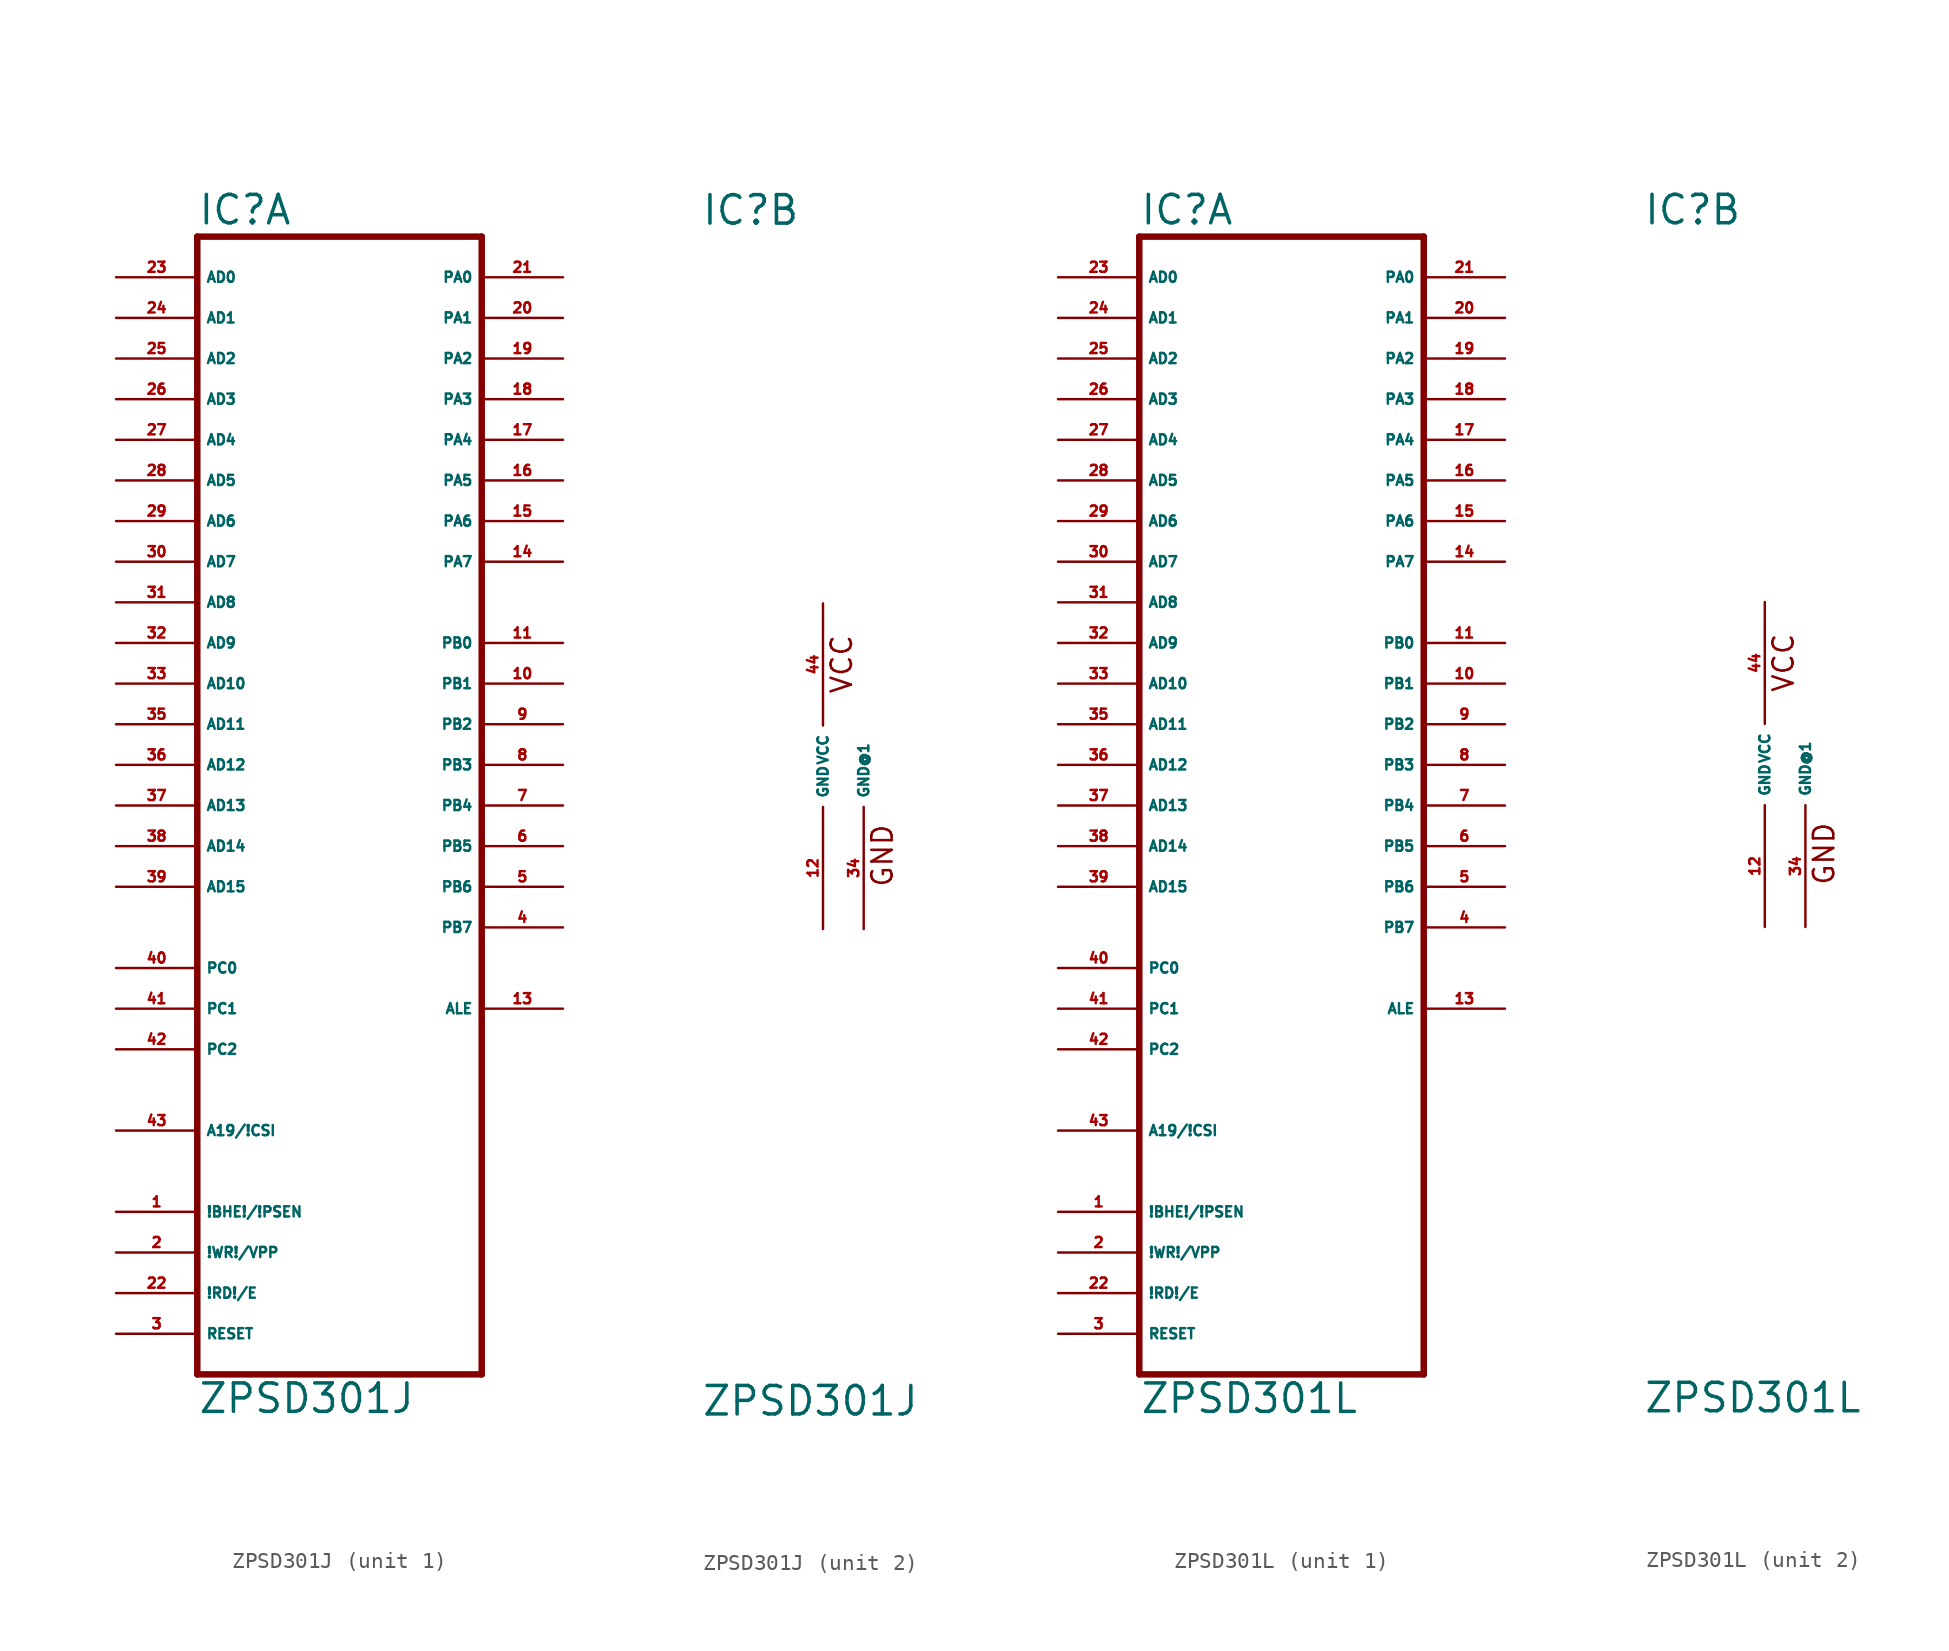
<source format=kicad_sym>
(kicad_symbol_lib
  (version 20220914)
  (generator Eagle2Kicad)
  (symbol "ZPSD301J"
    (property "Reference" "IC"
      (at -7.62 33.655 0)
      (effects (font (size 1.778 1.778) (thickness 0.22)) (justify left bottom)))
    (property "Value" "ZPSD301J"
      (at -7.62 -40.64 0)
      (effects (font (size 1.778 1.778) (thickness 0.22)) (justify left bottom)))
    (symbol "ZPSD301J_1_0"
      (polyline (pts (xy -7.62 -38.1) (xy 10.16 -38.1)) (stroke (width 0.406) (type default)) (fill (type none)))
      (polyline (pts (xy 10.16 -38.1) (xy 10.16 33.02)) (stroke (width 0.406) (type default)) (fill (type none)))
      (polyline (pts (xy 10.16 33.02) (xy -7.62 33.02)) (stroke (width 0.406) (type default)) (fill (type none)))
      (polyline (pts (xy -7.62 33.02) (xy -7.62 -38.1)) (stroke (width 0.406) (type default)) (fill (type none)))
      (pin input line (at -12.7 30.48 0) (length 5.08) (name "AD0" (effects (font (size 0.635 0.635) (thickness 0.08)) (justify left bottom))) (number "23" (effects (font (size 0.635 0.635) (thickness 0.08)) (justify left bottom))))
      (pin input line (at -12.7 27.94 0) (length 5.08) (name "AD1" (effects (font (size 0.635 0.635) (thickness 0.08)) (justify left bottom))) (number "24" (effects (font (size 0.635 0.635) (thickness 0.08)) (justify left bottom))))
      (pin input line (at -12.7 25.4 0) (length 5.08) (name "AD2" (effects (font (size 0.635 0.635) (thickness 0.08)) (justify left bottom))) (number "25" (effects (font (size 0.635 0.635) (thickness 0.08)) (justify left bottom))))
      (pin input line (at -12.7 22.86 0) (length 5.08) (name "AD3" (effects (font (size 0.635 0.635) (thickness 0.08)) (justify left bottom))) (number "26" (effects (font (size 0.635 0.635) (thickness 0.08)) (justify left bottom))))
      (pin input line (at -12.7 20.32 0) (length 5.08) (name "AD4" (effects (font (size 0.635 0.635) (thickness 0.08)) (justify left bottom))) (number "27" (effects (font (size 0.635 0.635) (thickness 0.08)) (justify left bottom))))
      (pin input line (at -12.7 17.78 0) (length 5.08) (name "AD5" (effects (font (size 0.635 0.635) (thickness 0.08)) (justify left bottom))) (number "28" (effects (font (size 0.635 0.635) (thickness 0.08)) (justify left bottom))))
      (pin input line (at -12.7 15.24 0) (length 5.08) (name "AD6" (effects (font (size 0.635 0.635) (thickness 0.08)) (justify left bottom))) (number "29" (effects (font (size 0.635 0.635) (thickness 0.08)) (justify left bottom))))
      (pin input line (at -12.7 12.7 0) (length 5.08) (name "AD7" (effects (font (size 0.635 0.635) (thickness 0.08)) (justify left bottom))) (number "30" (effects (font (size 0.635 0.635) (thickness 0.08)) (justify left bottom))))
      (pin input line (at -12.7 10.16 0) (length 5.08) (name "AD8" (effects (font (size 0.635 0.635) (thickness 0.08)) (justify left bottom))) (number "31" (effects (font (size 0.635 0.635) (thickness 0.08)) (justify left bottom))))
      (pin input line (at -12.7 7.62 0) (length 5.08) (name "AD9" (effects (font (size 0.635 0.635) (thickness 0.08)) (justify left bottom))) (number "32" (effects (font (size 0.635 0.635) (thickness 0.08)) (justify left bottom))))
      (pin input line (at -12.7 5.08 0) (length 5.08) (name "AD10" (effects (font (size 0.635 0.635) (thickness 0.08)) (justify left bottom))) (number "33" (effects (font (size 0.635 0.635) (thickness 0.08)) (justify left bottom))))
      (pin input line (at -12.7 2.54 0) (length 5.08) (name "AD11" (effects (font (size 0.635 0.635) (thickness 0.08)) (justify left bottom))) (number "35" (effects (font (size 0.635 0.635) (thickness 0.08)) (justify left bottom))))
      (pin input line (at -12.7 0 0) (length 5.08) (name "AD12" (effects (font (size 0.635 0.635) (thickness 0.08)) (justify left bottom))) (number "36" (effects (font (size 0.635 0.635) (thickness 0.08)) (justify left bottom))))
      (pin input line (at -12.7 -2.54 0) (length 5.08) (name "AD13" (effects (font (size 0.635 0.635) (thickness 0.08)) (justify left bottom))) (number "37" (effects (font (size 0.635 0.635) (thickness 0.08)) (justify left bottom))))
      (pin input line (at -12.7 -5.08 0) (length 5.08) (name "AD14" (effects (font (size 0.635 0.635) (thickness 0.08)) (justify left bottom))) (number "38" (effects (font (size 0.635 0.635) (thickness 0.08)) (justify left bottom))))
      (pin input line (at -12.7 -7.62 0) (length 5.08) (name "AD15" (effects (font (size 0.635 0.635) (thickness 0.08)) (justify left bottom))) (number "39" (effects (font (size 0.635 0.635) (thickness 0.08)) (justify left bottom))))
      (pin input line (at -12.7 -12.7 0) (length 5.08) (name "PC0" (effects (font (size 0.635 0.635) (thickness 0.08)) (justify left bottom))) (number "40" (effects (font (size 0.635 0.635) (thickness 0.08)) (justify left bottom))))
      (pin input line (at -12.7 -15.24 0) (length 5.08) (name "PC1" (effects (font (size 0.635 0.635) (thickness 0.08)) (justify left bottom))) (number "41" (effects (font (size 0.635 0.635) (thickness 0.08)) (justify left bottom))))
      (pin input line (at -12.7 -17.78 0) (length 5.08) (name "PC2" (effects (font (size 0.635 0.635) (thickness 0.08)) (justify left bottom))) (number "42" (effects (font (size 0.635 0.635) (thickness 0.08)) (justify left bottom))))
      (pin input line (at -12.7 -22.86 0) (length 5.08) (name "A19/!CSI" (effects (font (size 0.635 0.635) (thickness 0.08)) (justify left bottom))) (number "43" (effects (font (size 0.635 0.635) (thickness 0.08)) (justify left bottom))))
      (pin bidirectional line (at 15.24 30.48 180) (length 5.08) (name "PA0" (effects (font (size 0.635 0.635) (thickness 0.08)) (justify left bottom))) (number "21" (effects (font (size 0.635 0.635) (thickness 0.08)) (justify left bottom))))
      (pin bidirectional line (at 15.24 27.94 180) (length 5.08) (name "PA1" (effects (font (size 0.635 0.635) (thickness 0.08)) (justify left bottom))) (number "20" (effects (font (size 0.635 0.635) (thickness 0.08)) (justify left bottom))))
      (pin bidirectional line (at 15.24 25.4 180) (length 5.08) (name "PA2" (effects (font (size 0.635 0.635) (thickness 0.08)) (justify left bottom))) (number "19" (effects (font (size 0.635 0.635) (thickness 0.08)) (justify left bottom))))
      (pin bidirectional line (at 15.24 22.86 180) (length 5.08) (name "PA3" (effects (font (size 0.635 0.635) (thickness 0.08)) (justify left bottom))) (number "18" (effects (font (size 0.635 0.635) (thickness 0.08)) (justify left bottom))))
      (pin bidirectional line (at 15.24 20.32 180) (length 5.08) (name "PA4" (effects (font (size 0.635 0.635) (thickness 0.08)) (justify left bottom))) (number "17" (effects (font (size 0.635 0.635) (thickness 0.08)) (justify left bottom))))
      (pin bidirectional line (at 15.24 17.78 180) (length 5.08) (name "PA5" (effects (font (size 0.635 0.635) (thickness 0.08)) (justify left bottom))) (number "16" (effects (font (size 0.635 0.635) (thickness 0.08)) (justify left bottom))))
      (pin bidirectional line (at 15.24 15.24 180) (length 5.08) (name "PA6" (effects (font (size 0.635 0.635) (thickness 0.08)) (justify left bottom))) (number "15" (effects (font (size 0.635 0.635) (thickness 0.08)) (justify left bottom))))
      (pin bidirectional line (at 15.24 12.7 180) (length 5.08) (name "PA7" (effects (font (size 0.635 0.635) (thickness 0.08)) (justify left bottom))) (number "14" (effects (font (size 0.635 0.635) (thickness 0.08)) (justify left bottom))))
      (pin output line (at 15.24 7.62 180) (length 5.08) (name "PB0" (effects (font (size 0.635 0.635) (thickness 0.08)) (justify left bottom))) (number "11" (effects (font (size 0.635 0.635) (thickness 0.08)) (justify left bottom))))
      (pin output line (at 15.24 5.08 180) (length 5.08) (name "PB1" (effects (font (size 0.635 0.635) (thickness 0.08)) (justify left bottom))) (number "10" (effects (font (size 0.635 0.635) (thickness 0.08)) (justify left bottom))))
      (pin output line (at 15.24 2.54 180) (length 5.08) (name "PB2" (effects (font (size 0.635 0.635) (thickness 0.08)) (justify left bottom))) (number "9" (effects (font (size 0.635 0.635) (thickness 0.08)) (justify left bottom))))
      (pin output line (at 15.24 0 180) (length 5.08) (name "PB3" (effects (font (size 0.635 0.635) (thickness 0.08)) (justify left bottom))) (number "8" (effects (font (size 0.635 0.635) (thickness 0.08)) (justify left bottom))))
      (pin output line (at 15.24 -2.54 180) (length 5.08) (name "PB4" (effects (font (size 0.635 0.635) (thickness 0.08)) (justify left bottom))) (number "7" (effects (font (size 0.635 0.635) (thickness 0.08)) (justify left bottom))))
      (pin output line (at 15.24 -5.08 180) (length 5.08) (name "PB5" (effects (font (size 0.635 0.635) (thickness 0.08)) (justify left bottom))) (number "6" (effects (font (size 0.635 0.635) (thickness 0.08)) (justify left bottom))))
      (pin output line (at 15.24 -7.62 180) (length 5.08) (name "PB6" (effects (font (size 0.635 0.635) (thickness 0.08)) (justify left bottom))) (number "5" (effects (font (size 0.635 0.635) (thickness 0.08)) (justify left bottom))))
      (pin output line (at 15.24 -10.16 180) (length 5.08) (name "PB7" (effects (font (size 0.635 0.635) (thickness 0.08)) (justify left bottom))) (number "4" (effects (font (size 0.635 0.635) (thickness 0.08)) (justify left bottom))))
      (pin output line (at 15.24 -15.24 180) (length 5.08) (name "ALE" (effects (font (size 0.635 0.635) (thickness 0.08)) (justify left bottom))) (number "13" (effects (font (size 0.635 0.635) (thickness 0.08)) (justify left bottom))))
      (pin input line (at -12.7 -27.94 0) (length 5.08) (name "!BHE!/!PSEN" (effects (font (size 0.635 0.635) (thickness 0.08)) (justify left bottom))) (number "1" (effects (font (size 0.635 0.635) (thickness 0.08)) (justify left bottom))))
      (pin input line (at -12.7 -30.48 0) (length 5.08) (name "!WR!/VPP" (effects (font (size 0.635 0.635) (thickness 0.08)) (justify left bottom))) (number "2" (effects (font (size 0.635 0.635) (thickness 0.08)) (justify left bottom))))
      (pin input line (at -12.7 -33.02 0) (length 5.08) (name "!RD!/E" (effects (font (size 0.635 0.635) (thickness 0.08)) (justify left bottom))) (number "22" (effects (font (size 0.635 0.635) (thickness 0.08)) (justify left bottom))))
      (pin input line (at -12.7 -35.56 0) (length 5.08) (name "RESET" (effects (font (size 0.635 0.635) (thickness 0.08)) (justify left bottom))) (number "3" (effects (font (size 0.635 0.635) (thickness 0.08)) (justify left bottom)))))
    (symbol "ZPSD301J_2_0"
      (text "VCC" (at 1.905 4.445 900) (effects (font (size 1.27 1.27) (thickness 0.16)) (justify left bottom)))
      (text "GND" (at 4.445 -7.62 900) (effects (font (size 1.27 1.27) (thickness 0.16)) (justify left bottom)))
      (pin unspecified line (at 0 10.16 270) (length 7.62) (name "VCC" (effects (font (size 0.635 0.635) (thickness 0.08)) (justify left bottom))) (number "44" (effects (font (size 0.635 0.635) (thickness 0.08)) (justify left bottom))))
      (pin unspecified line (at 0 -10.16 90) (length 7.62) (name "GND" (effects (font (size 0.635 0.635) (thickness 0.08)) (justify left bottom))) (number "12" (effects (font (size 0.635 0.635) (thickness 0.08)) (justify left bottom))))
      (pin unspecified line (at 2.54 -10.16 90) (length 7.62) (name "GND@1" (effects (font (size 0.635 0.635) (thickness 0.08)) (justify left bottom))) (number "34" (effects (font (size 0.635 0.635) (thickness 0.08)) (justify left bottom))))))
  (symbol "ZPSD301L"
    (property "Reference" "IC"
      (at -7.62 33.655 0)
      (effects (font (size 1.778 1.778) (thickness 0.22)) (justify left bottom)))
    (property "Value" "ZPSD301L"
      (at -7.62 -40.64 0)
      (effects (font (size 1.778 1.778) (thickness 0.22)) (justify left bottom)))
    (symbol "ZPSD301L_1_0"
      (polyline (pts (xy -7.62 -38.1) (xy 10.16 -38.1)) (stroke (width 0.406) (type default)) (fill (type none)))
      (polyline (pts (xy 10.16 -38.1) (xy 10.16 33.02)) (stroke (width 0.406) (type default)) (fill (type none)))
      (polyline (pts (xy 10.16 33.02) (xy -7.62 33.02)) (stroke (width 0.406) (type default)) (fill (type none)))
      (polyline (pts (xy -7.62 33.02) (xy -7.62 -38.1)) (stroke (width 0.406) (type default)) (fill (type none)))
      (pin input line (at -12.7 30.48 0) (length 5.08) (name "AD0" (effects (font (size 0.635 0.635) (thickness 0.08)) (justify left bottom))) (number "23" (effects (font (size 0.635 0.635) (thickness 0.08)) (justify left bottom))))
      (pin input line (at -12.7 27.94 0) (length 5.08) (name "AD1" (effects (font (size 0.635 0.635) (thickness 0.08)) (justify left bottom))) (number "24" (effects (font (size 0.635 0.635) (thickness 0.08)) (justify left bottom))))
      (pin input line (at -12.7 25.4 0) (length 5.08) (name "AD2" (effects (font (size 0.635 0.635) (thickness 0.08)) (justify left bottom))) (number "25" (effects (font (size 0.635 0.635) (thickness 0.08)) (justify left bottom))))
      (pin input line (at -12.7 22.86 0) (length 5.08) (name "AD3" (effects (font (size 0.635 0.635) (thickness 0.08)) (justify left bottom))) (number "26" (effects (font (size 0.635 0.635) (thickness 0.08)) (justify left bottom))))
      (pin input line (at -12.7 20.32 0) (length 5.08) (name "AD4" (effects (font (size 0.635 0.635) (thickness 0.08)) (justify left bottom))) (number "27" (effects (font (size 0.635 0.635) (thickness 0.08)) (justify left bottom))))
      (pin input line (at -12.7 17.78 0) (length 5.08) (name "AD5" (effects (font (size 0.635 0.635) (thickness 0.08)) (justify left bottom))) (number "28" (effects (font (size 0.635 0.635) (thickness 0.08)) (justify left bottom))))
      (pin input line (at -12.7 15.24 0) (length 5.08) (name "AD6" (effects (font (size 0.635 0.635) (thickness 0.08)) (justify left bottom))) (number "29" (effects (font (size 0.635 0.635) (thickness 0.08)) (justify left bottom))))
      (pin input line (at -12.7 12.7 0) (length 5.08) (name "AD7" (effects (font (size 0.635 0.635) (thickness 0.08)) (justify left bottom))) (number "30" (effects (font (size 0.635 0.635) (thickness 0.08)) (justify left bottom))))
      (pin input line (at -12.7 10.16 0) (length 5.08) (name "AD8" (effects (font (size 0.635 0.635) (thickness 0.08)) (justify left bottom))) (number "31" (effects (font (size 0.635 0.635) (thickness 0.08)) (justify left bottom))))
      (pin input line (at -12.7 7.62 0) (length 5.08) (name "AD9" (effects (font (size 0.635 0.635) (thickness 0.08)) (justify left bottom))) (number "32" (effects (font (size 0.635 0.635) (thickness 0.08)) (justify left bottom))))
      (pin input line (at -12.7 5.08 0) (length 5.08) (name "AD10" (effects (font (size 0.635 0.635) (thickness 0.08)) (justify left bottom))) (number "33" (effects (font (size 0.635 0.635) (thickness 0.08)) (justify left bottom))))
      (pin input line (at -12.7 2.54 0) (length 5.08) (name "AD11" (effects (font (size 0.635 0.635) (thickness 0.08)) (justify left bottom))) (number "35" (effects (font (size 0.635 0.635) (thickness 0.08)) (justify left bottom))))
      (pin input line (at -12.7 0 0) (length 5.08) (name "AD12" (effects (font (size 0.635 0.635) (thickness 0.08)) (justify left bottom))) (number "36" (effects (font (size 0.635 0.635) (thickness 0.08)) (justify left bottom))))
      (pin input line (at -12.7 -2.54 0) (length 5.08) (name "AD13" (effects (font (size 0.635 0.635) (thickness 0.08)) (justify left bottom))) (number "37" (effects (font (size 0.635 0.635) (thickness 0.08)) (justify left bottom))))
      (pin input line (at -12.7 -5.08 0) (length 5.08) (name "AD14" (effects (font (size 0.635 0.635) (thickness 0.08)) (justify left bottom))) (number "38" (effects (font (size 0.635 0.635) (thickness 0.08)) (justify left bottom))))
      (pin input line (at -12.7 -7.62 0) (length 5.08) (name "AD15" (effects (font (size 0.635 0.635) (thickness 0.08)) (justify left bottom))) (number "39" (effects (font (size 0.635 0.635) (thickness 0.08)) (justify left bottom))))
      (pin input line (at -12.7 -12.7 0) (length 5.08) (name "PC0" (effects (font (size 0.635 0.635) (thickness 0.08)) (justify left bottom))) (number "40" (effects (font (size 0.635 0.635) (thickness 0.08)) (justify left bottom))))
      (pin input line (at -12.7 -15.24 0) (length 5.08) (name "PC1" (effects (font (size 0.635 0.635) (thickness 0.08)) (justify left bottom))) (number "41" (effects (font (size 0.635 0.635) (thickness 0.08)) (justify left bottom))))
      (pin input line (at -12.7 -17.78 0) (length 5.08) (name "PC2" (effects (font (size 0.635 0.635) (thickness 0.08)) (justify left bottom))) (number "42" (effects (font (size 0.635 0.635) (thickness 0.08)) (justify left bottom))))
      (pin input line (at -12.7 -22.86 0) (length 5.08) (name "A19/!CSI" (effects (font (size 0.635 0.635) (thickness 0.08)) (justify left bottom))) (number "43" (effects (font (size 0.635 0.635) (thickness 0.08)) (justify left bottom))))
      (pin bidirectional line (at 15.24 30.48 180) (length 5.08) (name "PA0" (effects (font (size 0.635 0.635) (thickness 0.08)) (justify left bottom))) (number "21" (effects (font (size 0.635 0.635) (thickness 0.08)) (justify left bottom))))
      (pin bidirectional line (at 15.24 27.94 180) (length 5.08) (name "PA1" (effects (font (size 0.635 0.635) (thickness 0.08)) (justify left bottom))) (number "20" (effects (font (size 0.635 0.635) (thickness 0.08)) (justify left bottom))))
      (pin bidirectional line (at 15.24 25.4 180) (length 5.08) (name "PA2" (effects (font (size 0.635 0.635) (thickness 0.08)) (justify left bottom))) (number "19" (effects (font (size 0.635 0.635) (thickness 0.08)) (justify left bottom))))
      (pin bidirectional line (at 15.24 22.86 180) (length 5.08) (name "PA3" (effects (font (size 0.635 0.635) (thickness 0.08)) (justify left bottom))) (number "18" (effects (font (size 0.635 0.635) (thickness 0.08)) (justify left bottom))))
      (pin bidirectional line (at 15.24 20.32 180) (length 5.08) (name "PA4" (effects (font (size 0.635 0.635) (thickness 0.08)) (justify left bottom))) (number "17" (effects (font (size 0.635 0.635) (thickness 0.08)) (justify left bottom))))
      (pin bidirectional line (at 15.24 17.78 180) (length 5.08) (name "PA5" (effects (font (size 0.635 0.635) (thickness 0.08)) (justify left bottom))) (number "16" (effects (font (size 0.635 0.635) (thickness 0.08)) (justify left bottom))))
      (pin bidirectional line (at 15.24 15.24 180) (length 5.08) (name "PA6" (effects (font (size 0.635 0.635) (thickness 0.08)) (justify left bottom))) (number "15" (effects (font (size 0.635 0.635) (thickness 0.08)) (justify left bottom))))
      (pin bidirectional line (at 15.24 12.7 180) (length 5.08) (name "PA7" (effects (font (size 0.635 0.635) (thickness 0.08)) (justify left bottom))) (number "14" (effects (font (size 0.635 0.635) (thickness 0.08)) (justify left bottom))))
      (pin output line (at 15.24 7.62 180) (length 5.08) (name "PB0" (effects (font (size 0.635 0.635) (thickness 0.08)) (justify left bottom))) (number "11" (effects (font (size 0.635 0.635) (thickness 0.08)) (justify left bottom))))
      (pin output line (at 15.24 5.08 180) (length 5.08) (name "PB1" (effects (font (size 0.635 0.635) (thickness 0.08)) (justify left bottom))) (number "10" (effects (font (size 0.635 0.635) (thickness 0.08)) (justify left bottom))))
      (pin output line (at 15.24 2.54 180) (length 5.08) (name "PB2" (effects (font (size 0.635 0.635) (thickness 0.08)) (justify left bottom))) (number "9" (effects (font (size 0.635 0.635) (thickness 0.08)) (justify left bottom))))
      (pin output line (at 15.24 0 180) (length 5.08) (name "PB3" (effects (font (size 0.635 0.635) (thickness 0.08)) (justify left bottom))) (number "8" (effects (font (size 0.635 0.635) (thickness 0.08)) (justify left bottom))))
      (pin output line (at 15.24 -2.54 180) (length 5.08) (name "PB4" (effects (font (size 0.635 0.635) (thickness 0.08)) (justify left bottom))) (number "7" (effects (font (size 0.635 0.635) (thickness 0.08)) (justify left bottom))))
      (pin output line (at 15.24 -5.08 180) (length 5.08) (name "PB5" (effects (font (size 0.635 0.635) (thickness 0.08)) (justify left bottom))) (number "6" (effects (font (size 0.635 0.635) (thickness 0.08)) (justify left bottom))))
      (pin output line (at 15.24 -7.62 180) (length 5.08) (name "PB6" (effects (font (size 0.635 0.635) (thickness 0.08)) (justify left bottom))) (number "5" (effects (font (size 0.635 0.635) (thickness 0.08)) (justify left bottom))))
      (pin output line (at 15.24 -10.16 180) (length 5.08) (name "PB7" (effects (font (size 0.635 0.635) (thickness 0.08)) (justify left bottom))) (number "4" (effects (font (size 0.635 0.635) (thickness 0.08)) (justify left bottom))))
      (pin output line (at 15.24 -15.24 180) (length 5.08) (name "ALE" (effects (font (size 0.635 0.635) (thickness 0.08)) (justify left bottom))) (number "13" (effects (font (size 0.635 0.635) (thickness 0.08)) (justify left bottom))))
      (pin input line (at -12.7 -27.94 0) (length 5.08) (name "!BHE!/!PSEN" (effects (font (size 0.635 0.635) (thickness 0.08)) (justify left bottom))) (number "1" (effects (font (size 0.635 0.635) (thickness 0.08)) (justify left bottom))))
      (pin input line (at -12.7 -30.48 0) (length 5.08) (name "!WR!/VPP" (effects (font (size 0.635 0.635) (thickness 0.08)) (justify left bottom))) (number "2" (effects (font (size 0.635 0.635) (thickness 0.08)) (justify left bottom))))
      (pin input line (at -12.7 -33.02 0) (length 5.08) (name "!RD!/E" (effects (font (size 0.635 0.635) (thickness 0.08)) (justify left bottom))) (number "22" (effects (font (size 0.635 0.635) (thickness 0.08)) (justify left bottom))))
      (pin input line (at -12.7 -35.56 0) (length 5.08) (name "RESET" (effects (font (size 0.635 0.635) (thickness 0.08)) (justify left bottom))) (number "3" (effects (font (size 0.635 0.635) (thickness 0.08)) (justify left bottom)))))
    (symbol "ZPSD301L_2_0"
      (text "VCC" (at 1.905 4.445 900) (effects (font (size 1.27 1.27) (thickness 0.16)) (justify left bottom)))
      (text "GND" (at 4.445 -7.62 900) (effects (font (size 1.27 1.27) (thickness 0.16)) (justify left bottom)))
      (pin unspecified line (at 0 10.16 270) (length 7.62) (name "VCC" (effects (font (size 0.635 0.635) (thickness 0.08)) (justify left bottom))) (number "44" (effects (font (size 0.635 0.635) (thickness 0.08)) (justify left bottom))))
      (pin unspecified line (at 0 -10.16 90) (length 7.62) (name "GND" (effects (font (size 0.635 0.635) (thickness 0.08)) (justify left bottom))) (number "12" (effects (font (size 0.635 0.635) (thickness 0.08)) (justify left bottom))))
      (pin unspecified line (at 2.54 -10.16 90) (length 7.62) (name "GND@1" (effects (font (size 0.635 0.635) (thickness 0.08)) (justify left bottom))) (number "34" (effects (font (size 0.635 0.635) (thickness 0.08)) (justify left bottom)))))))
</source>
